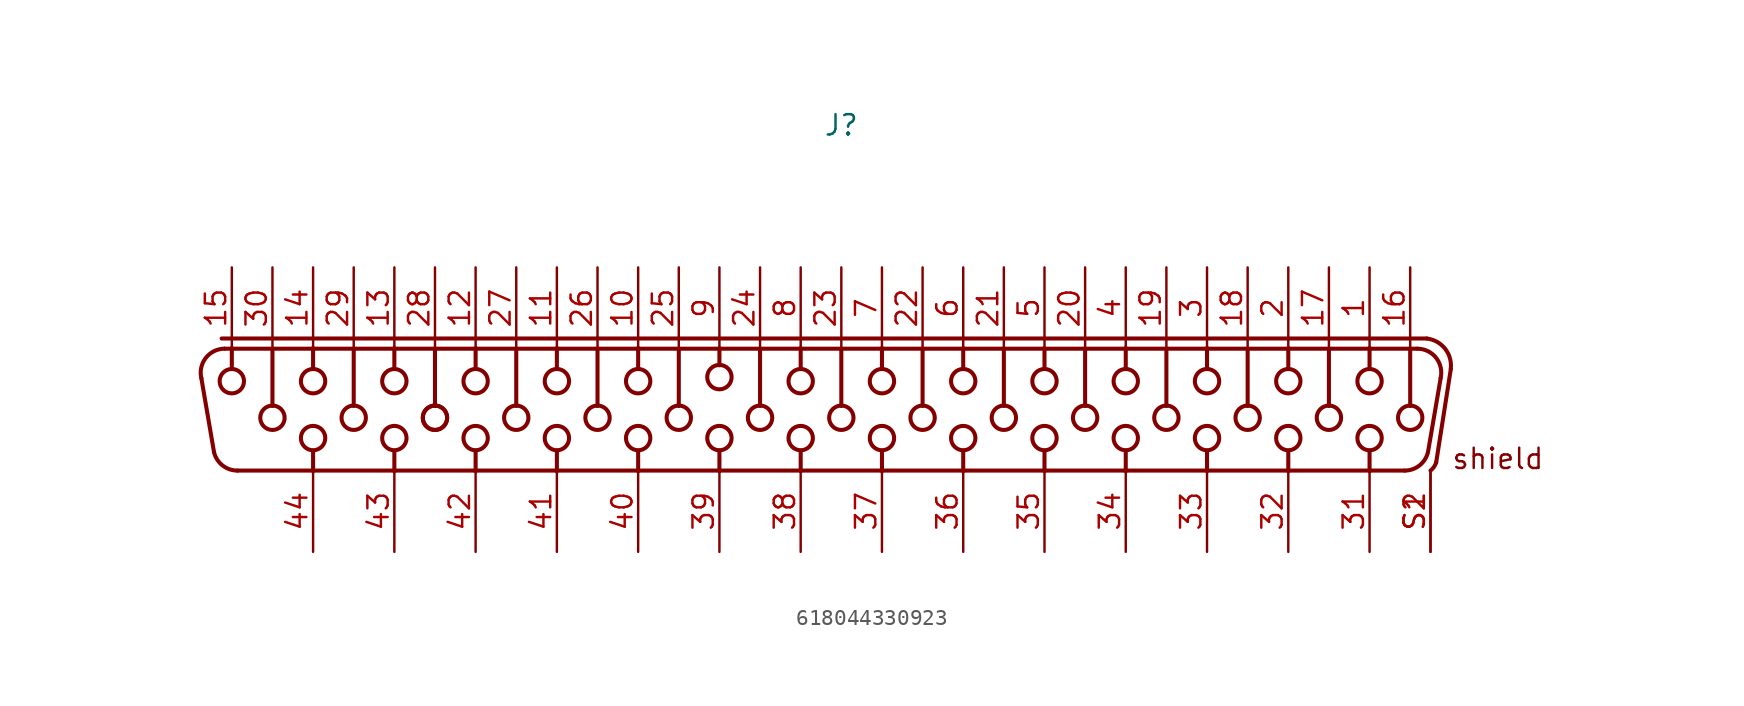
<source format=kicad_sym>
(kicad_symbol_lib
  (version 20241209)
  (generator "kicad_symbol_editor")
  (generator_version "9.0")
  (symbol "618044330923"
    (pin_names
      (hide yes))
    (property "Reference" "J"
      (at 0 17.78 0)
      (effects (font (size 1.27 1.27))))
    (symbol "618044330923_1_0"
      (polyline (pts (xy -39.213 -2.655) (xy -40.004 1.965)) (stroke (width 0.254) (type solid)) (fill (type none)))
      (polyline (pts (xy -38.735 4.445) (xy 36.6 4.445)) (stroke (width 0.254) (type solid)) (fill (type none)))
      (polyline (pts (xy -38.544 3.81) (xy 36.004 3.81)) (stroke (width 0.254) (type solid)) (fill (type none)))
      (arc (start -40.0042 1.965) (mid -39.7207 3.2407) (end -38.5443 3.81) (stroke (width 0.254) (type solid)) (fill (type none)))
      (polyline (pts (xy -38.1 3.85) (xy -38.1 2.57)) (stroke (width 0.254) (type solid)) (fill (type none)))
      (circle (center -38.1 1.778) (radius 0.762) (stroke (width 0.254) (type solid)) (fill (type none)))
      (arc (start -37.753 -3.81) (mid -38.6838 -3.4862) (end -39.2128 -2.6547) (stroke (width 0.254) (type solid)) (fill (type none)))
      (polyline (pts (xy -35.56 3.81) (xy -35.56 0.23)) (stroke (width 0.254) (type solid)) (fill (type none)))
      (circle (center -35.56 -0.508) (radius 0.762) (stroke (width 0.254) (type solid)) (fill (type none)))
      (polyline (pts (xy -33.02 3.85) (xy -33.02 2.57)) (stroke (width 0.254) (type solid)) (fill (type none)))
      (circle (center -33.02 1.778) (radius 0.762) (stroke (width 0.254) (type solid)) (fill (type none)))
      (circle (center -33.02 -1.778) (radius 0.762) (stroke (width 0.254) (type solid)) (fill (type none)))
      (polyline (pts (xy -33.02 -3.85) (xy -33.02 -2.57)) (stroke (width 0.254) (type solid)) (fill (type none)))
      (polyline (pts (xy -30.48 3.81) (xy -30.48 0.23)) (stroke (width 0.254) (type solid)) (fill (type none)))
      (circle (center -30.48 -0.508) (radius 0.762) (stroke (width 0.254) (type solid)) (fill (type none)))
      (polyline (pts (xy -27.94 3.85) (xy -27.94 2.57)) (stroke (width 0.254) (type solid)) (fill (type none)))
      (circle (center -27.94 1.778) (radius 0.762) (stroke (width 0.254) (type solid)) (fill (type none)))
      (circle (center -27.94 -1.778) (radius 0.762) (stroke (width 0.254) (type solid)) (fill (type none)))
      (polyline (pts (xy -27.94 -3.85) (xy -27.94 -2.57)) (stroke (width 0.254) (type solid)) (fill (type none)))
      (polyline (pts (xy -25.4 3.81) (xy -25.4 0.23)) (stroke (width 0.254) (type solid)) (fill (type none)))
      (circle (center -25.4 -0.508) (radius 0.762) (stroke (width 0.254) (type solid)) (fill (type none)))
      (circle (center -25.4 -0.508) (radius 0.762) (stroke (width 0.254) (type solid)) (fill (type none)))
      (polyline (pts (xy -22.86 3.85) (xy -22.86 2.57)) (stroke (width 0.254) (type solid)) (fill (type none)))
      (circle (center -22.86 1.778) (radius 0.762) (stroke (width 0.254) (type solid)) (fill (type none)))
      (circle (center -22.86 -1.778) (radius 0.762) (stroke (width 0.254) (type solid)) (fill (type none)))
      (polyline (pts (xy -22.86 -3.85) (xy -22.86 -2.57)) (stroke (width 0.254) (type solid)) (fill (type none)))
      (polyline (pts (xy -20.32 3.81) (xy -20.32 0.23)) (stroke (width 0.254) (type solid)) (fill (type none)))
      (circle (center -20.32 -0.508) (radius 0.762) (stroke (width 0.254) (type solid)) (fill (type none)))
      (polyline (pts (xy -17.78 3.85) (xy -17.78 2.57)) (stroke (width 0.254) (type solid)) (fill (type none)))
      (circle (center -17.78 1.778) (radius 0.762) (stroke (width 0.254) (type solid)) (fill (type none)))
      (circle (center -17.78 -1.778) (radius 0.762) (stroke (width 0.254) (type solid)) (fill (type none)))
      (polyline (pts (xy -17.78 -3.85) (xy -17.78 -2.57)) (stroke (width 0.254) (type solid)) (fill (type none)))
      (polyline (pts (xy -15.24 3.81) (xy -15.24 0.23)) (stroke (width 0.254) (type solid)) (fill (type none)))
      (circle (center -15.24 -0.508) (radius 0.762) (stroke (width 0.254) (type solid)) (fill (type none)))
      (polyline (pts (xy -12.7 3.85) (xy -12.7 2.57)) (stroke (width 0.254) (type solid)) (fill (type none)))
      (circle (center -12.7 1.778) (radius 0.762) (stroke (width 0.254) (type solid)) (fill (type none)))
      (circle (center -12.7 -1.778) (radius 0.762) (stroke (width 0.254) (type solid)) (fill (type none)))
      (polyline (pts (xy -12.7 -3.85) (xy -12.7 -2.57)) (stroke (width 0.254) (type solid)) (fill (type none)))
      (polyline (pts (xy -10.16 3.81) (xy -10.16 0.23)) (stroke (width 0.254) (type solid)) (fill (type none)))
      (circle (center -10.16 -0.508) (radius 0.762) (stroke (width 0.254) (type solid)) (fill (type none)))
      (polyline (pts (xy -7.62 3.85) (xy -7.62 2.77)) (stroke (width 0.254) (type solid)) (fill (type none)))
      (circle (center -7.62 2.032) (radius 0.762) (stroke (width 0.254) (type solid)) (fill (type none)))
      (circle (center -7.62 -1.778) (radius 0.762) (stroke (width 0.254) (type solid)) (fill (type none)))
      (polyline (pts (xy -7.62 -3.85) (xy -7.62 -2.57)) (stroke (width 0.254) (type solid)) (fill (type none)))
      (polyline (pts (xy -5.08 3.81) (xy -5.08 0.23)) (stroke (width 0.254) (type solid)) (fill (type none)))
      (circle (center -5.08 -0.508) (radius 0.762) (stroke (width 0.254) (type solid)) (fill (type none)))
      (polyline (pts (xy -2.54 3.85) (xy -2.54 2.57)) (stroke (width 0.254) (type solid)) (fill (type none)))
      (circle (center -2.54 1.778) (radius 0.762) (stroke (width 0.254) (type solid)) (fill (type none)))
      (circle (center -2.54 -1.778) (radius 0.762) (stroke (width 0.254) (type solid)) (fill (type none)))
      (polyline (pts (xy -2.54 -3.85) (xy -2.54 -2.57)) (stroke (width 0.254) (type solid)) (fill (type none)))
      (polyline (pts (xy 0 3.81) (xy 0 0.23)) (stroke (width 0.254) (type solid)) (fill (type none)))
      (circle (center 0 -0.508) (radius 0.762) (stroke (width 0.254) (type solid)) (fill (type none)))
      (polyline (pts (xy 2.54 3.85) (xy 2.54 2.57)) (stroke (width 0.254) (type solid)) (fill (type none)))
      (circle (center 2.54 1.778) (radius 0.762) (stroke (width 0.254) (type solid)) (fill (type none)))
      (circle (center 2.54 -1.778) (radius 0.762) (stroke (width 0.254) (type solid)) (fill (type none)))
      (polyline (pts (xy 2.54 -3.85) (xy 2.54 -2.57)) (stroke (width 0.254) (type solid)) (fill (type none)))
      (polyline (pts (xy 5.08 3.81) (xy 5.08 0.23)) (stroke (width 0.254) (type solid)) (fill (type none)))
      (circle (center 5.08 -0.508) (radius 0.762) (stroke (width 0.254) (type solid)) (fill (type none)))
      (polyline (pts (xy 7.62 3.85) (xy 7.62 2.57)) (stroke (width 0.254) (type solid)) (fill (type none)))
      (circle (center 7.62 1.778) (radius 0.762) (stroke (width 0.254) (type solid)) (fill (type none)))
      (circle (center 7.62 -1.778) (radius 0.762) (stroke (width 0.254) (type solid)) (fill (type none)))
      (polyline (pts (xy 7.62 -3.85) (xy 7.62 -2.57)) (stroke (width 0.254) (type solid)) (fill (type none)))
      (polyline (pts (xy 10.16 3.81) (xy 10.16 0.23)) (stroke (width 0.254) (type solid)) (fill (type none)))
      (circle (center 10.16 -0.508) (radius 0.762) (stroke (width 0.254) (type solid)) (fill (type none)))
      (polyline (pts (xy 12.7 3.85) (xy 12.7 2.57)) (stroke (width 0.254) (type solid)) (fill (type none)))
      (circle (center 12.7 1.778) (radius 0.762) (stroke (width 0.254) (type solid)) (fill (type none)))
      (circle (center 12.7 -1.778) (radius 0.762) (stroke (width 0.254) (type solid)) (fill (type none)))
      (polyline (pts (xy 12.7 -3.85) (xy 12.7 -2.57)) (stroke (width 0.254) (type solid)) (fill (type none)))
      (polyline (pts (xy 15.24 3.81) (xy 15.24 0.23)) (stroke (width 0.254) (type solid)) (fill (type none)))
      (circle (center 15.24 -0.508) (radius 0.762) (stroke (width 0.254) (type solid)) (fill (type none)))
      (polyline (pts (xy 17.78 3.85) (xy 17.78 2.57)) (stroke (width 0.254) (type solid)) (fill (type none)))
      (circle (center 17.78 1.778) (radius 0.762) (stroke (width 0.254) (type solid)) (fill (type none)))
      (circle (center 17.78 -1.778) (radius 0.762) (stroke (width 0.254) (type solid)) (fill (type none)))
      (polyline (pts (xy 17.78 -3.85) (xy 17.78 -2.57)) (stroke (width 0.254) (type solid)) (fill (type none)))
      (polyline (pts (xy 20.32 3.81) (xy 20.32 0.23)) (stroke (width 0.254) (type solid)) (fill (type none)))
      (circle (center 20.32 -0.508) (radius 0.762) (stroke (width 0.254) (type solid)) (fill (type none)))
      (polyline (pts (xy 22.86 3.85) (xy 22.86 2.57)) (stroke (width 0.254) (type solid)) (fill (type none)))
      (circle (center 22.86 1.778) (radius 0.762) (stroke (width 0.254) (type solid)) (fill (type none)))
      (circle (center 22.86 -1.778) (radius 0.762) (stroke (width 0.254) (type solid)) (fill (type none)))
      (polyline (pts (xy 22.86 -3.85) (xy 22.86 -2.57)) (stroke (width 0.254) (type solid)) (fill (type none)))
      (polyline (pts (xy 25.4 3.81) (xy 25.4 0.23)) (stroke (width 0.254) (type solid)) (fill (type none)))
      (circle (center 25.4 -0.508) (radius 0.762) (stroke (width 0.254) (type solid)) (fill (type none)))
      (polyline (pts (xy 27.94 3.85) (xy 27.94 2.57)) (stroke (width 0.254) (type solid)) (fill (type none)))
      (circle (center 27.94 1.778) (radius 0.762) (stroke (width 0.254) (type solid)) (fill (type none)))
      (circle (center 27.94 -1.778) (radius 0.762) (stroke (width 0.254) (type solid)) (fill (type none)))
      (polyline (pts (xy 27.94 -3.85) (xy 27.94 -2.57)) (stroke (width 0.254) (type solid)) (fill (type none)))
      (polyline (pts (xy 30.48 3.81) (xy 30.48 0.23)) (stroke (width 0.254) (type solid)) (fill (type none)))
      (circle (center 30.48 -0.508) (radius 0.762) (stroke (width 0.254) (type solid)) (fill (type none)))
      (polyline (pts (xy 33.02 3.85) (xy 33.02 2.57)) (stroke (width 0.254) (type solid)) (fill (type none)))
      (circle (center 33.02 1.778) (radius 0.762) (stroke (width 0.254) (type solid)) (fill (type none)))
      (circle (center 33.02 -1.778) (radius 0.762) (stroke (width 0.254) (type solid)) (fill (type none)))
      (polyline (pts (xy 33.02 -3.85) (xy 33.02 -2.57)) (stroke (width 0.254) (type solid)) (fill (type none)))
      (arc (start 36.6728 -2.6548) (mid 36.1437 -3.4863) (end 35.2129 -3.81) (stroke (width 0.254) (type solid)) (fill (type none)))
      (polyline (pts (xy 35.213 -3.81) (xy -37.753 -3.81)) (stroke (width 0.254) (type solid)) (fill (type none)))
      (polyline (pts (xy 35.56 3.81) (xy 35.56 0.23)) (stroke (width 0.254) (type solid)) (fill (type none)))
      (circle (center 35.56 -0.508) (radius 0.762) (stroke (width 0.254) (type solid)) (fill (type none)))
      (arc (start 36.0043 3.81) (mid 37.1807 3.2407) (end 37.4642 1.965) (stroke (width 0.254) (type solid)) (fill (type none)))
      (arc (start 37.1839 -3.3037) (mid 37.0448 -3.5833) (end 36.83 -3.81) (stroke (width 0.254) (type solid)) (fill (type none)))
      (arc (start 36.6 4.445) (mid 37.7464 3.8046) (end 38.1 2.54) (stroke (width 0.254) (type solid)) (fill (type none)))
      (polyline (pts (xy 37.184 -3.304) (xy 38.1 2.54)) (stroke (width 0.254) (type solid)) (fill (type none)))
      (polyline (pts (xy 37.464 1.965) (xy 36.673 -2.655)) (stroke (width 0.254) (type solid)) (fill (type none)))
      (pin passive line (at -38.1 8.89 270) (length 5.08) (name "15" (effects (font (size 1.27 1.27)))) (number "15" (effects (font (size 1.27 1.27)))))
      (pin passive line (at -35.56 8.89 270) (length 5.08) (name "30" (effects (font (size 1.27 1.27)))) (number "30" (effects (font (size 1.27 1.27)))))
      (pin passive line (at -33.02 8.89 270) (length 5.08) (name "14" (effects (font (size 1.27 1.27)))) (number "14" (effects (font (size 1.27 1.27)))))
      (pin passive line (at -33.02 -8.89 90) (length 5.08) (name "44" (effects (font (size 1.27 1.27)))) (number "44" (effects (font (size 1.27 1.27)))))
      (pin passive line (at -30.48 8.89 270) (length 5.08) (name "29" (effects (font (size 1.27 1.27)))) (number "29" (effects (font (size 1.27 1.27)))))
      (pin passive line (at -27.94 8.89 270) (length 5.08) (name "13" (effects (font (size 1.27 1.27)))) (number "13" (effects (font (size 1.27 1.27)))))
      (pin passive line (at -27.94 -8.89 90) (length 5.08) (name "43" (effects (font (size 1.27 1.27)))) (number "43" (effects (font (size 1.27 1.27)))))
      (pin passive line (at -25.4 8.89 270) (length 5.08) (name "28" (effects (font (size 1.27 1.27)))) (number "28" (effects (font (size 1.27 1.27)))))
      (pin passive line (at -22.86 8.89 270) (length 5.08) (name "12" (effects (font (size 1.27 1.27)))) (number "12" (effects (font (size 1.27 1.27)))))
      (pin passive line (at -22.86 -8.89 90) (length 5.08) (name "42" (effects (font (size 1.27 1.27)))) (number "42" (effects (font (size 1.27 1.27)))))
      (pin passive line (at -20.32 8.89 270) (length 5.08) (name "27" (effects (font (size 1.27 1.27)))) (number "27" (effects (font (size 1.27 1.27)))))
      (pin passive line (at -17.78 8.89 270) (length 5.08) (name "11" (effects (font (size 1.27 1.27)))) (number "11" (effects (font (size 1.27 1.27)))))
      (pin passive line (at -17.78 -8.89 90) (length 5.08) (name "41" (effects (font (size 1.27 1.27)))) (number "41" (effects (font (size 1.27 1.27)))))
      (pin passive line (at -15.24 8.89 270) (length 5.08) (name "26" (effects (font (size 1.27 1.27)))) (number "26" (effects (font (size 1.27 1.27)))))
      (pin passive line (at -12.7 8.89 270) (length 5.08) (name "10" (effects (font (size 1.27 1.27)))) (number "10" (effects (font (size 1.27 1.27)))))
      (pin passive line (at -12.7 -8.89 90) (length 5.08) (name "40" (effects (font (size 1.27 1.27)))) (number "40" (effects (font (size 1.27 1.27)))))
      (pin passive line (at -10.16 8.89 270) (length 5.08) (name "25" (effects (font (size 1.27 1.27)))) (number "25" (effects (font (size 1.27 1.27)))))
      (pin passive line (at -7.62 8.89 270) (length 5.08) (name "9" (effects (font (size 1.27 1.27)))) (number "9" (effects (font (size 1.27 1.27)))))
      (pin passive line (at -7.62 -8.89 90) (length 5.08) (name "39" (effects (font (size 1.27 1.27)))) (number "39" (effects (font (size 1.27 1.27)))))
      (pin passive line (at -5.08 8.89 270) (length 5.08) (name "24" (effects (font (size 1.27 1.27)))) (number "24" (effects (font (size 1.27 1.27)))))
      (pin passive line (at -2.54 8.89 270) (length 5.08) (name "8" (effects (font (size 1.27 1.27)))) (number "8" (effects (font (size 1.27 1.27)))))
      (pin passive line (at -2.54 -8.89 90) (length 5.08) (name "38" (effects (font (size 1.27 1.27)))) (number "38" (effects (font (size 1.27 1.27)))))
      (pin passive line (at 0 8.89 270) (length 5.08) (name "23" (effects (font (size 1.27 1.27)))) (number "23" (effects (font (size 1.27 1.27)))))
      (pin passive line (at 2.54 8.89 270) (length 5.08) (name "7" (effects (font (size 1.27 1.27)))) (number "7" (effects (font (size 1.27 1.27)))))
      (pin passive line (at 2.54 -8.89 90) (length 5.08) (name "37" (effects (font (size 1.27 1.27)))) (number "37" (effects (font (size 1.27 1.27)))))
      (pin passive line (at 5.08 8.89 270) (length 5.08) (name "22" (effects (font (size 1.27 1.27)))) (number "22" (effects (font (size 1.27 1.27)))))
      (pin passive line (at 7.62 8.89 270) (length 5.08) (name "6" (effects (font (size 1.27 1.27)))) (number "6" (effects (font (size 1.27 1.27)))))
      (pin passive line (at 7.62 -8.89 90) (length 5.08) (name "36" (effects (font (size 1.27 1.27)))) (number "36" (effects (font (size 1.27 1.27)))))
      (pin passive line (at 10.16 8.89 270) (length 5.08) (name "21" (effects (font (size 1.27 1.27)))) (number "21" (effects (font (size 1.27 1.27)))))
      (pin passive line (at 12.7 8.89 270) (length 5.08) (name "5" (effects (font (size 1.27 1.27)))) (number "5" (effects (font (size 1.27 1.27)))))
      (pin passive line (at 12.7 -8.89 90) (length 5.08) (name "35" (effects (font (size 1.27 1.27)))) (number "35" (effects (font (size 1.27 1.27)))))
      (pin passive line (at 15.24 8.89 270) (length 5.08) (name "20" (effects (font (size 1.27 1.27)))) (number "20" (effects (font (size 1.27 1.27)))))
      (pin passive line (at 17.78 8.89 270) (length 5.08) (name "4" (effects (font (size 1.27 1.27)))) (number "4" (effects (font (size 1.27 1.27)))))
      (pin passive line (at 17.78 -8.89 90) (length 5.08) (name "34" (effects (font (size 1.27 1.27)))) (number "34" (effects (font (size 1.27 1.27)))))
      (pin passive line (at 20.32 8.89 270) (length 5.08) (name "19" (effects (font (size 1.27 1.27)))) (number "19" (effects (font (size 1.27 1.27)))))
      (pin passive line (at 22.86 8.89 270) (length 5.08) (name "3" (effects (font (size 1.27 1.27)))) (number "3" (effects (font (size 1.27 1.27)))))
      (pin passive line (at 22.86 -8.89 90) (length 5.08) (name "33" (effects (font (size 1.27 1.27)))) (number "33" (effects (font (size 1.27 1.27)))))
      (pin passive line (at 25.4 8.89 270) (length 5.08) (name "18" (effects (font (size 1.27 1.27)))) (number "18" (effects (font (size 1.27 1.27)))))
      (pin passive line (at 27.94 8.89 270) (length 5.08) (name "2" (effects (font (size 1.27 1.27)))) (number "2" (effects (font (size 1.27 1.27)))))
      (pin passive line (at 27.94 -8.89 90) (length 5.08) (name "32" (effects (font (size 1.27 1.27)))) (number "32" (effects (font (size 1.27 1.27)))))
      (pin passive line (at 30.48 8.89 270) (length 5.08) (name "17" (effects (font (size 1.27 1.27)))) (number "17" (effects (font (size 1.27 1.27)))))
      (pin passive line (at 33.02 8.89 270) (length 5.08) (name "1" (effects (font (size 1.27 1.27)))) (number "1" (effects (font (size 1.27 1.27)))))
      (pin passive line (at 33.02 -8.89 90) (length 5.08) (name "31" (effects (font (size 1.27 1.27)))) (number "31" (effects (font (size 1.27 1.27)))))
      (pin passive line (at 35.56 8.89 270) (length 5.08) (name "16" (effects (font (size 1.27 1.27)))) (number "16" (effects (font (size 1.27 1.27)))))
      (pin passive line (at 36.83 -8.89 90) (length 5.08) (name "SHIELD" (effects (font (size 1.27 1.27)))) (number "S1" (effects (font (size 1.27 1.27)))))
      (pin passive line (at 36.83 -8.89 90) (length 5.08) (name "SHIELD" (effects (font (size 1.27 1.27)))) (number "S2" (effects (font (size 1.27 1.27))))))
    (symbol "618044330923_1_1"
      (text "shield" (at 38.1 -3.81 0) (effects (font (size 1.27 1.27)) (justify left bottom))))))
</source>
